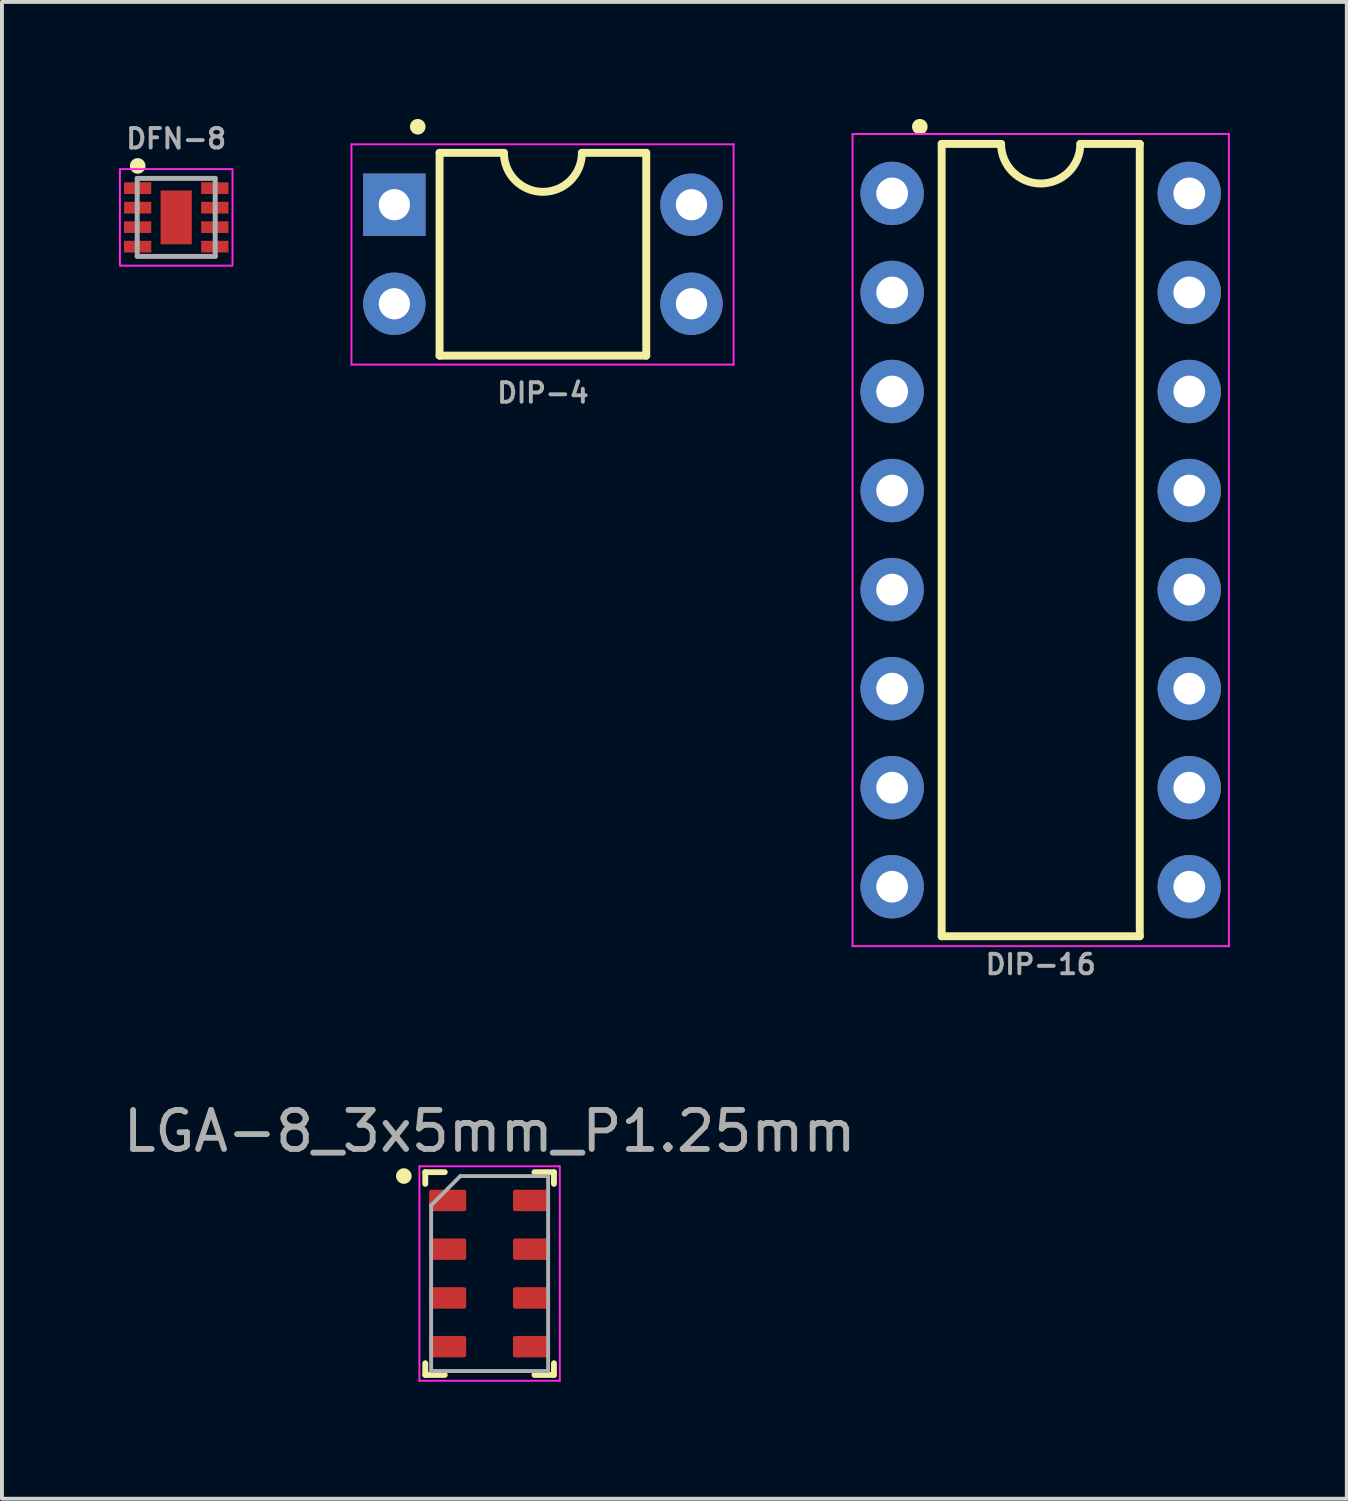
<source format=kicad_pcb>
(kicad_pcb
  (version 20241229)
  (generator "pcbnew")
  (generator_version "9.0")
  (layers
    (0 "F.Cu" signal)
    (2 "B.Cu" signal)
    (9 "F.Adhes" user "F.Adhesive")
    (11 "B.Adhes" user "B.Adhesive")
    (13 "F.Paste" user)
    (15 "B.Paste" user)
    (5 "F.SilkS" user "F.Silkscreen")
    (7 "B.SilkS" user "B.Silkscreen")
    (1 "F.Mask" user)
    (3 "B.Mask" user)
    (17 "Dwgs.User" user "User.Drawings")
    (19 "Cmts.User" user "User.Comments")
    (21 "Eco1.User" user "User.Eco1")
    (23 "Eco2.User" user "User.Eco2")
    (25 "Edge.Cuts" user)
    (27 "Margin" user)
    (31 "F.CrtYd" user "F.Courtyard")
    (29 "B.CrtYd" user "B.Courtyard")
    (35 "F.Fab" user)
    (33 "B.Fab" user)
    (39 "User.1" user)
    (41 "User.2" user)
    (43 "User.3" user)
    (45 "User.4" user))
  (footprint "DIP-16"
    (layer "F.Cu")
    (at 23.639 10.8)
    (property "Reference" "DIP-16" (at 0 11.176 0) (layer "F.Fab") (effects (font (size 0.5 0.5) (thickness 0.1) (bold yes)) (justify bottom)))
    (fp_line (start -2.54 -10.16) (end -2.54 10.16) (stroke (width 0.203) (type solid)) (layer "F.SilkS"))
    (fp_line (start -2.54 -10.16) (end -1.016 -10.16) (stroke (width 0.203) (type solid)) (layer "F.SilkS"))
    (fp_line (start 2.54 -10.16) (end 1.016 -10.16) (stroke (width 0.203) (type solid)) (layer "F.SilkS"))
    (fp_line (start 2.54 10.16) (end -2.54 10.16) (stroke (width 0.203) (type solid)) (layer "F.SilkS"))
    (fp_line (start 2.54 10.16) (end 2.54 -10.16) (stroke (width 0.203) (type solid)) (layer "F.SilkS"))
    (fp_arc (start 1.016 -10.16) (mid 0 -9.144) (end -1.016 -10.16) (stroke (width 0.2032) (type solid)) (layer "F.SilkS"))
    (fp_circle (center -3.1 -10.6) (end -3.2 -10.6) (stroke (width 0.2) (type solid)) (fill yes) (layer "F.SilkS"))
    (fp_line (start -4.826 -10.414) (end 4.826 -10.414) (stroke (width 0.05) (type default)) (layer "F.CrtYd"))
    (fp_line (start -4.826 10.414) (end -4.826 -10.414) (stroke (width 0.05) (type default)) (layer "F.CrtYd"))
    (fp_line (start 4.826 -10.414) (end 4.826 10.414) (stroke (width 0.05) (type default)) (layer "F.CrtYd"))
    (fp_line (start 4.826 10.414) (end -4.826 10.414) (stroke (width 0.05) (type default)) (layer "F.CrtYd"))
    (pad "1" thru_hole circle (at -3.81 -8.89) (size 1.626 1.626) (drill 0.813) (layers "*.Cu" "*.Mask"))
    (pad "2" thru_hole circle (at -3.81 -6.35) (size 1.626 1.626) (drill 0.813) (layers "*.Cu" "*.Mask"))
    (pad "3" thru_hole circle (at -3.81 -3.81) (size 1.626 1.626) (drill 0.813) (layers "*.Cu" "*.Mask"))
    (pad "4" thru_hole circle (at -3.81 -1.27) (size 1.626 1.626) (drill 0.813) (layers "*.Cu" "*.Mask"))
    (pad "5" thru_hole circle (at -3.81 1.27) (size 1.626 1.626) (drill 0.813) (layers "*.Cu" "*.Mask"))
    (pad "6" thru_hole circle (at -3.81 3.81) (size 1.626 1.626) (drill 0.813) (layers "*.Cu" "*.Mask"))
    (pad "7" thru_hole circle (at -3.81 6.35) (size 1.626 1.626) (drill 0.813) (layers "*.Cu" "*.Mask"))
    (pad "8" thru_hole circle (at -3.81 8.89) (size 1.626 1.626) (drill 0.813) (layers "*.Cu" "*.Mask"))
    (pad "9" thru_hole circle (at 3.81 8.89) (size 1.626 1.626) (drill 0.813) (layers "*.Cu" "*.Mask"))
    (pad "10" thru_hole circle (at 3.81 6.35) (size 1.626 1.626) (drill 0.813) (layers "*.Cu" "*.Mask"))
    (pad "11" thru_hole circle (at 3.81 3.81) (size 1.626 1.626) (drill 0.813) (layers "*.Cu" "*.Mask"))
    (pad "12" thru_hole circle (at 3.81 1.27) (size 1.626 1.626) (drill 0.813) (layers "*.Cu" "*.Mask"))
    (pad "13" thru_hole circle (at 3.81 -1.27) (size 1.626 1.626) (drill 0.813) (layers "*.Cu" "*.Mask"))
    (pad "14" thru_hole circle (at 3.81 -3.81) (size 1.626 1.626) (drill 0.813) (layers "*.Cu" "*.Mask"))
    (pad "15" thru_hole circle (at 3.81 -6.35) (size 1.626 1.626) (drill 0.813) (layers "*.Cu" "*.Mask"))
    (pad "16" thru_hole circle (at 3.81 -8.89) (size 1.626 1.626) (drill 0.813) (layers "*.Cu" "*.Mask")))
  (footprint "DFN-8"
    (layer "F.Cu")
    (at 1.469 2.525)
    (property "Reference" "DFN-8" (at 0 -1.725 0) (layer "F.Fab") (effects (font (size 0.5 0.5) (thickness 0.1) (bold yes)) (justify bottom)))
    (fp_poly (pts (xy -1.43 -0.97) (xy -1.43 -0.53) (xy -0.59 -0.53) (xy -0.59 -0.97)) (stroke (width 0) (type default)) (fill yes) (layer "F.Mask"))
    (fp_poly (pts (xy -1.43 -0.47) (xy -1.43 -0.03) (xy -0.59 -0.03) (xy -0.59 -0.47)) (stroke (width 0) (type default)) (fill yes) (layer "F.Mask"))
    (fp_poly (pts (xy -1.43 0.03) (xy -1.43 0.47) (xy -0.59 0.47) (xy -0.59 0.03)) (stroke (width 0) (type default)) (fill yes) (layer "F.Mask"))
    (fp_poly (pts (xy -1.43 0.53) (xy -1.43 0.97) (xy -0.59 0.97) (xy -0.59 0.53)) (stroke (width 0) (type default)) (fill yes) (layer "F.Mask"))
    (fp_poly (pts (xy -0.47 -0.76) (xy -0.47 0.76) (xy 0.47 0.76) (xy 0.47 -0.76)) (stroke (width 0) (type default)) (fill yes) (layer "F.Mask"))
    (fp_poly (pts (xy 0.57 -0.97) (xy 0.57 -0.53) (xy 1.41 -0.53) (xy 1.41 -0.97)) (stroke (width 0) (type default)) (fill yes) (layer "F.Mask"))
    (fp_poly (pts (xy 0.57 -0.47) (xy 0.57 -0.03) (xy 1.41 -0.03) (xy 1.41 -0.47)) (stroke (width 0) (type default)) (fill yes) (layer "F.Mask"))
    (fp_poly (pts (xy 0.57 0.03) (xy 0.57 0.47) (xy 1.41 0.47) (xy 1.41 0.03)) (stroke (width 0) (type default)) (fill yes) (layer "F.Mask"))
    (fp_poly (pts (xy 0.57 0.53) (xy 0.57 0.97) (xy 1.41 0.97) (xy 1.41 0.53)) (stroke (width 0) (type default)) (fill yes) (layer "F.Mask"))
    (fp_circle (center -0.988 -1.32) (end -1.088 -1.32) (stroke (width 0.2) (type solid)) (fill yes) (layer "F.SilkS"))
    (fp_poly (pts (xy -1.337 -0.875) (xy -1.337 -0.625) (xy -0.7 -0.625) (xy -0.7 -0.875)) (stroke (width 0) (type default)) (fill yes) (layer "F.Paste"))
    (fp_poly (pts (xy -1.337 -0.375) (xy -1.337 -0.125) (xy -0.7 -0.125) (xy -0.7 -0.375)) (stroke (width 0) (type default)) (fill yes) (layer "F.Paste"))
    (fp_poly (pts (xy -1.337 0.125) (xy -1.337 0.375) (xy -0.7 0.375) (xy -0.7 0.125)) (stroke (width 0) (type default)) (fill yes) (layer "F.Paste"))
    (fp_poly (pts (xy -1.337 0.625) (xy -1.337 0.875) (xy -0.7 0.875) (xy -0.7 0.625)) (stroke (width 0) (type default)) (fill yes) (layer "F.Paste"))
    (fp_poly (pts (xy -0.32 -0.59) (xy -0.32 -0.09) (xy 0.32 -0.09) (xy 0.32 -0.59)) (stroke (width 0) (type default)) (fill yes) (layer "F.Paste"))
    (fp_poly (pts (xy -0.32 0.09) (xy -0.32 0.59) (xy 0.32 0.59) (xy 0.32 0.09)) (stroke (width 0) (type default)) (fill yes) (layer "F.Paste"))
    (fp_poly (pts (xy 0.7 -0.875) (xy 0.7 -0.625) (xy 1.337 -0.625) (xy 1.337 -0.875)) (stroke (width 0) (type default)) (fill yes) (layer "F.Paste"))
    (fp_poly (pts (xy 0.7 -0.375) (xy 0.7 -0.125) (xy 1.337 -0.125) (xy 1.337 -0.375)) (stroke (width 0) (type default)) (fill yes) (layer "F.Paste"))
    (fp_poly (pts (xy 0.7 0.125) (xy 0.7 0.375) (xy 1.337 0.375) (xy 1.337 0.125)) (stroke (width 0) (type default)) (fill yes) (layer "F.Paste"))
    (fp_poly (pts (xy 0.7 0.625) (xy 0.7 0.875) (xy 1.337 0.875) (xy 1.337 0.625)) (stroke (width 0) (type default)) (fill yes) (layer "F.Paste"))
    (fp_rect (start 1.444 -1.238) (end -1.444 1.238) (stroke (width 0.05) (type default)) (fill no) (layer "F.CrtYd"))
    (fp_line (start -1 -1) (end 1 -1) (stroke (width 0.127) (type solid)) (layer "F.Fab"))
    (fp_line (start -1 1) (end -1 -1) (stroke (width 0.127) (type solid)) (layer "F.Fab"))
    (fp_line (start 1 -1) (end 1 1) (stroke (width 0.127) (type solid)) (layer "F.Fab"))
    (fp_line (start 1 1) (end -1 1) (stroke (width 0.127) (type solid)) (layer "F.Fab"))
    (pad "1" smd rect (at -0.99 -0.75) (size 0.7 0.3) (layers "F.Cu"))
    (pad "2" smd rect (at -0.99 -0.25) (size 0.7 0.3) (layers "F.Cu"))
    (pad "3" smd rect (at -0.99 0.25) (size 0.7 0.3) (layers "F.Cu"))
    (pad "4" smd rect (at -0.99 0.75) (size 0.7 0.3) (layers "F.Cu"))
    (pad "5" smd rect (at 0.99 0.75) (size 0.7 0.3) (layers "F.Cu"))
    (pad "6" smd rect (at 0.99 0.25) (size 0.7 0.3) (layers "F.Cu"))
    (pad "7" smd rect (at 0.99 -0.25) (size 0.7 0.3) (layers "F.Cu"))
    (pad "8" smd rect (at 0.99 -0.75) (size 0.7 0.3) (layers "F.Cu"))
    (pad "9" smd rect (at 0 0 270) (size 1.38 0.8) (layers "F.Cu")))
  (footprint "LGA-8_3x5mm_P1.25mm"
    (layer "F.Cu")
    (at 9.506 29.61)
    (property "Reference" "LGA-8_3x5mm_P1.25mm" (at 0 -3.65 0) (layer "F.Fab") (effects (font (size 1 1) (thickness 0.15))))
    (attr smd)
    (fp_line (start -1.65 -2.6) (end -1.65 -2.3) (stroke (width 0.15) (type solid)) (layer "F.SilkS"))
    (fp_line (start -1.65 -2.6) (end -1.15 -2.6) (stroke (width 0.15) (type solid)) (layer "F.SilkS"))
    (fp_line (start -1.65 2.6) (end -1.65 2.3) (stroke (width 0.15) (type solid)) (layer "F.SilkS"))
    (fp_line (start -1.15 2.6) (end -1.65 2.6) (stroke (width 0.15) (type solid)) (layer "F.SilkS"))
    (fp_line (start 1.15 -2.6) (end 1.65 -2.6) (stroke (width 0.15) (type solid)) (layer "F.SilkS"))
    (fp_line (start 1.65 -2.6) (end 1.65 -2.3) (stroke (width 0.15) (type solid)) (layer "F.SilkS"))
    (fp_line (start 1.65 2.3) (end 1.65 2.6) (stroke (width 0.15) (type solid)) (layer "F.SilkS"))
    (fp_line (start 1.65 2.6) (end 1.15 2.6) (stroke (width 0.15) (type solid)) (layer "F.SilkS"))
    (fp_circle (center -2.2 -2.5) (end -2.1 -2.5) (stroke (width 0.2) (type solid)) (fill no) (layer "F.SilkS"))
    (fp_line (start -1.8 -2.75) (end -1.8 2.75) (stroke (width 0.05) (type solid)) (layer "F.CrtYd"))
    (fp_line (start -1.8 -2.75) (end 1.8 -2.75) (stroke (width 0.05) (type solid)) (layer "F.CrtYd"))
    (fp_line (start 1.8 2.75) (end -1.8 2.75) (stroke (width 0.05) (type solid)) (layer "F.CrtYd"))
    (fp_line (start 1.8 2.75) (end 1.8 -2.75) (stroke (width 0.05) (type solid)) (layer "F.CrtYd"))
    (fp_line (start -1.5 -1.75) (end -0.75 -2.5) (stroke (width 0.1) (type solid)) (layer "F.Fab"))
    (fp_line (start -1.5 2.5) (end -1.5 -1.75) (stroke (width 0.1) (type solid)) (layer "F.Fab"))
    (fp_line (start -0.75 -2.5) (end 1.5 -2.5) (stroke (width 0.1) (type solid)) (layer "F.Fab"))
    (fp_line (start 1.5 -2.5) (end 1.5 2.5) (stroke (width 0.1) (type solid)) (layer "F.Fab"))
    (fp_line (start 1.5 2.5) (end -1.5 2.5) (stroke (width 0.1) (type solid)) (layer "F.Fab"))
    (pad "1" smd roundrect (at -1.075 -1.875) (size 0.95 0.55) (layers "F.Cu" "F.Mask" "F.Paste") (roundrect_rratio 0.1))
    (pad "2" smd roundrect (at -1.075 -0.625) (size 0.95 0.55) (layers "F.Cu" "F.Mask" "F.Paste") (roundrect_rratio 0.1))
    (pad "3" smd roundrect (at -1.075 0.625) (size 0.95 0.55) (layers "F.Cu" "F.Mask" "F.Paste") (roundrect_rratio 0.1))
    (pad "4" smd roundrect (at -1.075 1.875) (size 0.95 0.55) (layers "F.Cu" "F.Mask" "F.Paste") (roundrect_rratio 0.1))
    (pad "5" smd roundrect (at 1.075 1.875) (size 0.95 0.55) (layers "F.Cu" "F.Mask" "F.Paste") (roundrect_rratio 0.1))
    (pad "6" smd roundrect (at 1.075 0.625) (size 0.95 0.55) (layers "F.Cu" "F.Mask" "F.Paste") (roundrect_rratio 0.1))
    (pad "7" smd roundrect (at 1.075 -0.625) (size 0.95 0.55) (layers "F.Cu" "F.Mask" "F.Paste") (roundrect_rratio 0.1))
    (pad "8" smd roundrect (at 1.075 -1.875) (size 0.95 0.55) (layers "F.Cu" "F.Mask" "F.Paste") (roundrect_rratio 0.1))
    (zone (net_name "") (layer "F.Cu") (hatch edge 0.5) (connect_pads) (min_thickness 0.25) (filled_areas_thickness no) (keepout (tracks allowed) (vias allowed) (pads allowed) (copperpour not_allowed) (footprints allowed)) (placement (enabled no)) (fill) (polygon (pts (xy 8.006 27.56) (xy 11.006 27.56) (xy 11.006 31.66) (xy 8.006 31.66))))
    (zone (net_name "") (layer "F.Cu") (hatch edge 0.5) (connect_pads) (min_thickness 0.25) (filled_areas_thickness no) (keepout (tracks not_allowed) (vias allowed) (pads allowed) (copperpour allowed) (footprints allowed)) (placement (enabled no)) (fill) (polygon (pts (xy 8.906 27.56) (xy 10.106 27.56) (xy 10.106 28.01) (xy 11.006 28.01) (xy 11.006 28.71) (xy 10.106 28.71) (xy 10.106 29.26) (xy 11.006 29.26) (xy 11.006 29.96) (xy 10.106 29.96) (xy 10.106 30.51) (xy 11.006 30.51) (xy 11.006 31.21) (xy 10.106 31.21) (xy 10.106 31.66) (xy 8.906 31.66) (xy 8.906 31.21) (xy 8.006 31.21) (xy 8.006 30.51) (xy 8.906 30.51) (xy 8.906 29.96) (xy 8.006 29.96) (xy 8.006 29.26) (xy 8.906 29.26) (xy 8.906 28.71) (xy 8.006 28.71) (xy 8.006 28.01) (xy 8.906 28.01)))))
  (footprint "DIP-4"
    (layer "F.Cu")
    (at 10.873 3.47)
    (property "Reference" "DIP-4" (at 0 3.556 0) (layer "F.Fab") (effects (font (size 0.5 0.5) (thickness 0.1) (bold yes))))
    (attr through_hole)
    (fp_line (start -2.65 -2.6) (end -2.65 2.6) (stroke (width 0.203) (type solid)) (layer "F.SilkS"))
    (fp_line (start -2.65 2.6) (end 2.65 2.6) (stroke (width 0.203) (type solid)) (layer "F.SilkS"))
    (fp_line (start -1 -2.6) (end -2.65 -2.6) (stroke (width 0.203) (type solid)) (layer "F.SilkS"))
    (fp_line (start 2.65 -2.6) (end 1 -2.6) (stroke (width 0.203) (type solid)) (layer "F.SilkS"))
    (fp_line (start 2.65 2.6) (end 2.65 -2.6) (stroke (width 0.203) (type solid)) (layer "F.SilkS"))
    (fp_arc (start 1 -2.6) (mid 0 -1.6) (end -1 -2.6) (stroke (width 0.2032) (type solid)) (layer "F.SilkS"))
    (fp_circle (center -3.21 -3.27) (end -3.21 -3.17) (stroke (width 0.2) (type solid)) (fill yes) (layer "F.SilkS"))
    (fp_line (start -4.91 -2.82) (end -4.91 2.83) (stroke (width 0.05) (type solid)) (layer "F.CrtYd"))
    (fp_line (start -4.91 2.83) (end 4.89 2.83) (stroke (width 0.05) (type solid)) (layer "F.CrtYd"))
    (fp_line (start 4.89 -2.82) (end -4.91 -2.82) (stroke (width 0.05) (type solid)) (layer "F.CrtYd"))
    (fp_line (start 4.89 2.83) (end 4.89 -2.82) (stroke (width 0.05) (type solid)) (layer "F.CrtYd"))
    (pad "1" thru_hole rect (at -3.81 -1.27) (size 1.6 1.6) (drill 0.8) (layers "*.Cu" "*.Mask"))
    (pad "2" thru_hole circle (at -3.81 1.27) (size 1.6 1.6) (drill 0.8) (layers "*.Cu" "*.Mask"))
    (pad "3" thru_hole circle (at 3.81 1.27) (size 1.6 1.6) (drill 0.8) (layers "*.Cu" "*.Mask"))
    (pad "4" thru_hole circle (at 3.81 -1.27) (size 1.6 1.6) (drill 0.8) (layers "*.Cu" "*.Mask")))
  (gr_rect
    (start -3 -3)
    (end 31.489 35.385)
    (stroke (width 0.1) (type default))
    (fill no)
    (layer "Edge.Cuts")))
</source>
